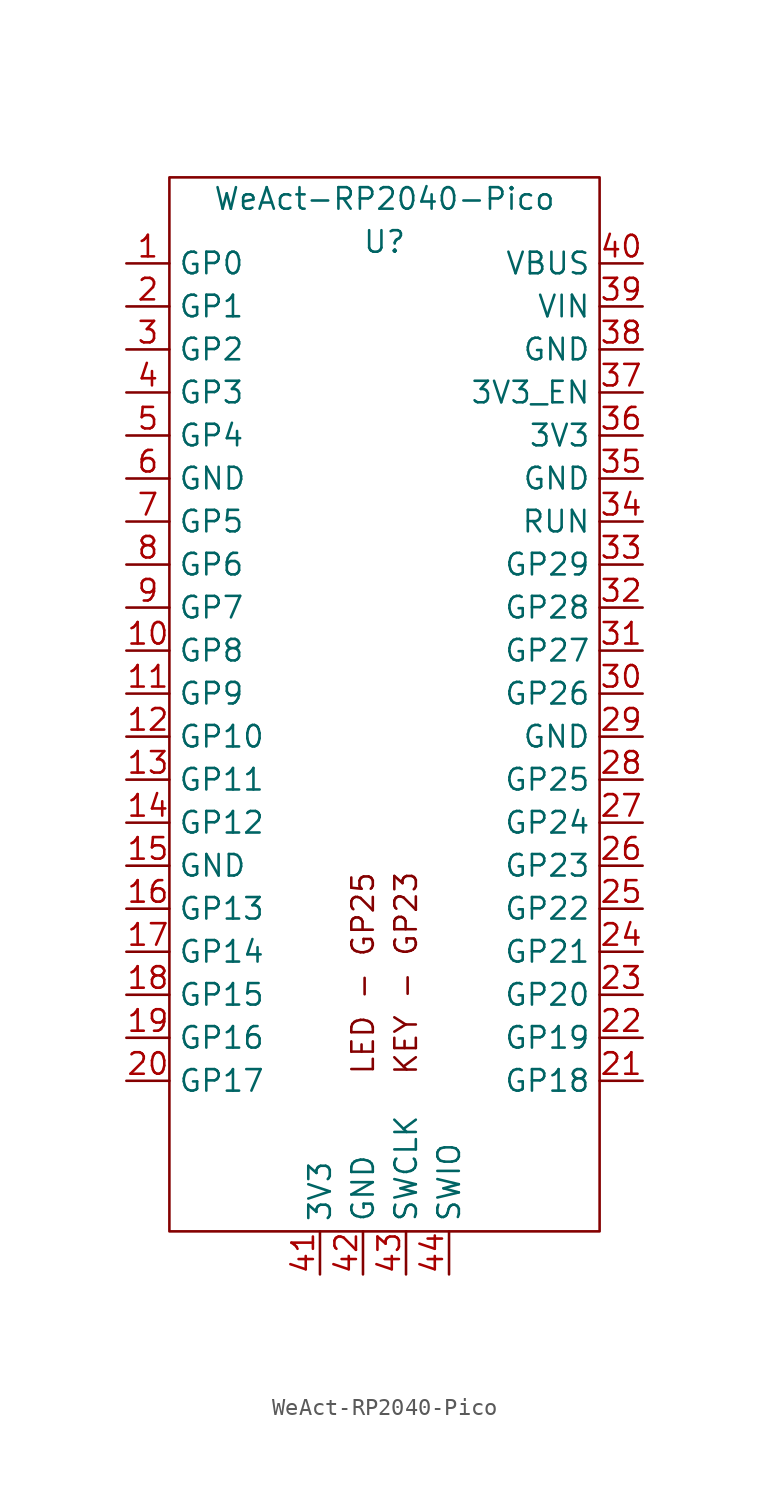
<source format=kicad_sym>
(kicad_symbol_lib
  (version 20231120)
  (generator "kicad_symbol_editor")
  (generator_version "8.0")
  (symbol "WeAct-RP2040-Pico"
    (property "Reference" "U"
      (at 0 16.51 0)
      (effects (font (size 1.27 1.27))))
    (property "Value" "WeAct-RP2040-Pico"
      (at 0 19.05 0)
      (effects (font (size 1.27 1.27))))
    (symbol "WeAct-RP2040-Pico_0_0"
      (text "KEY - GP23" (at 1.27 -26.67 900) (effects (font (size 1.27 1.27))))
      (text "LED - GP25" (at -1.27 -26.67 900) (effects (font (size 1.27 1.27)))))
    (symbol "WeAct-RP2040-Pico_0_1"
      (rectangle (start -12.7 20.32) (end 12.7 -41.91) (stroke (width 0) (type default)) (fill (type none))))
    (symbol "WeAct-RP2040-Pico_1_1"
      (pin bidirectional line (at -15.24 15.24 0) (length 2.54) (name "GP0" (effects (font (size 1.27 1.27)))) (number "1" (effects (font (size 1.27 1.27)))) (alternate "I2C0 SDA" bidirectional line) (alternate "SPI0 RX" bidirectional line) (alternate "UART0 TX" bidirectional line))
      (pin bidirectional line (at -15.24 -7.62 0) (length 2.54) (name "GP8" (effects (font (size 1.27 1.27)))) (number "10" (effects (font (size 1.27 1.27)))) (alternate "I2C1 SCL" bidirectional line) (alternate "SPI0 TX" bidirectional line))
      (pin bidirectional line (at -15.24 -10.16 0) (length 2.54) (name "GP9" (effects (font (size 1.27 1.27)))) (number "11" (effects (font (size 1.27 1.27)))) (alternate "I2C0 SDA" bidirectional line) (alternate "SPI1 RX" bidirectional line) (alternate "UART1 TX" bidirectional line))
      (pin bidirectional line (at -15.24 -12.7 0) (length 2.54) (name "GP10" (effects (font (size 1.27 1.27)))) (number "12" (effects (font (size 1.27 1.27)))) (alternate "I2C0 SCL" bidirectional line) (alternate "SPI1 CSn" bidirectional line) (alternate "UART1 RX" bidirectional line))
      (pin bidirectional line (at -15.24 -15.24 0) (length 2.54) (name "GP11" (effects (font (size 1.27 1.27)))) (number "13" (effects (font (size 1.27 1.27)))))
      (pin bidirectional line (at -15.24 -17.78 0) (length 2.54) (name "GP12" (effects (font (size 1.27 1.27)))) (number "14" (effects (font (size 1.27 1.27)))) (alternate "I2C1 SDA" bidirectional line) (alternate "SPI1 SCK" bidirectional line))
      (pin bidirectional line (at -15.24 -20.32 0) (length 2.54) (name "GND" (effects (font (size 1.27 1.27)))) (number "15" (effects (font (size 1.27 1.27)))) (alternate "I2C1 SCL" bidirectional line) (alternate "SPI1 TX" bidirectional line))
      (pin bidirectional line (at -15.24 -22.86 0) (length 2.54) (name "GP13" (effects (font (size 1.27 1.27)))) (number "16" (effects (font (size 1.27 1.27)))) (alternate "I2C0 SDA" bidirectional line) (alternate "SPI1 RX" bidirectional line) (alternate "UART0 TX" bidirectional line))
      (pin bidirectional line (at -15.24 -25.4 0) (length 2.54) (name "GP14" (effects (font (size 1.27 1.27)))) (number "17" (effects (font (size 1.27 1.27)))) (alternate "I2C0 SCL" bidirectional line) (alternate "SPI1 CSn" bidirectional line) (alternate "UART0 RX" bidirectional line))
      (pin bidirectional line (at -15.24 -27.94 0) (length 2.54) (name "GP15" (effects (font (size 1.27 1.27)))) (number "18" (effects (font (size 1.27 1.27)))))
      (pin bidirectional line (at -15.24 -30.48 0) (length 2.54) (name "GP16" (effects (font (size 1.27 1.27)))) (number "19" (effects (font (size 1.27 1.27)))) (alternate "I2C1 SDA" bidirectional line) (alternate "SPI1 SCK" bidirectional line))
      (pin bidirectional line (at -15.24 12.7 0) (length 2.54) (name "GP1" (effects (font (size 1.27 1.27)))) (number "2" (effects (font (size 1.27 1.27)))) (alternate "I2C0 SCL" bidirectional line) (alternate "SPI0 CSn" bidirectional line) (alternate "UART0 RX" bidirectional line))
      (pin bidirectional line (at -15.24 -33.02 0) (length 2.54) (name "GP17" (effects (font (size 1.27 1.27)))) (number "20" (effects (font (size 1.27 1.27)))) (alternate "I2C1 SCL" bidirectional line) (alternate "SPI1 TX" bidirectional line))
      (pin bidirectional line (at 15.24 -33.02 180) (length 2.54) (name "GP18" (effects (font (size 1.27 1.27)))) (number "21" (effects (font (size 1.27 1.27)))) (alternate "I2C0 SDA" bidirectional line) (alternate "SPI0 RX" bidirectional line) (alternate "UART0 TX" bidirectional line))
      (pin bidirectional line (at 15.24 -30.48 180) (length 2.54) (name "GP19" (effects (font (size 1.27 1.27)))) (number "22" (effects (font (size 1.27 1.27)))) (alternate "I2C0 SCL" bidirectional line) (alternate "SPI0 CSn" bidirectional line) (alternate "UART0 RX" bidirectional line))
      (pin bidirectional line (at 15.24 -27.94 180) (length 2.54) (name "GP20" (effects (font (size 1.27 1.27)))) (number "23" (effects (font (size 1.27 1.27)))))
      (pin bidirectional line (at 15.24 -25.4 180) (length 2.54) (name "GP21" (effects (font (size 1.27 1.27)))) (number "24" (effects (font (size 1.27 1.27)))) (alternate "I2C1 SDA" bidirectional line) (alternate "SPI0 SCK" bidirectional line))
      (pin bidirectional line (at 15.24 -22.86 180) (length 2.54) (name "GP22" (effects (font (size 1.27 1.27)))) (number "25" (effects (font (size 1.27 1.27)))) (alternate "I2C1 SCL" bidirectional line) (alternate "SPI0 TX" bidirectional line))
      (pin bidirectional line (at 15.24 -20.32 180) (length 2.54) (name "GP23" (effects (font (size 1.27 1.27)))) (number "26" (effects (font (size 1.27 1.27)))) (alternate "I2C0 SDA" bidirectional line))
      (pin bidirectional line (at 15.24 -17.78 180) (length 2.54) (name "GP24" (effects (font (size 1.27 1.27)))) (number "27" (effects (font (size 1.27 1.27)))) (alternate "I2C0 SCL" bidirectional line))
      (pin bidirectional line (at 15.24 -15.24 180) (length 2.54) (name "GP25" (effects (font (size 1.27 1.27)))) (number "28" (effects (font (size 1.27 1.27)))))
      (pin bidirectional line (at 15.24 -12.7 180) (length 2.54) (name "GND" (effects (font (size 1.27 1.27)))) (number "29" (effects (font (size 1.27 1.27)))))
      (pin bidirectional line (at -15.24 10.16 0) (length 2.54) (name "GP2" (effects (font (size 1.27 1.27)))) (number "3" (effects (font (size 1.27 1.27)))))
      (pin bidirectional line (at 15.24 -10.16 180) (length 2.54) (name "GP26" (effects (font (size 1.27 1.27)))) (number "30" (effects (font (size 1.27 1.27)))) (alternate "ADC0" bidirectional line) (alternate "I2C1 SDA" bidirectional line))
      (pin bidirectional line (at 15.24 -7.62 180) (length 2.54) (name "GP27" (effects (font (size 1.27 1.27)))) (number "31" (effects (font (size 1.27 1.27)))) (alternate "ADC1" bidirectional line) (alternate "I2C1 SCL" bidirectional line))
      (pin bidirectional line (at 15.24 -5.08 180) (length 2.54) (name "GP28" (effects (font (size 1.27 1.27)))) (number "32" (effects (font (size 1.27 1.27)))) (alternate "ADC2" bidirectional line))
      (pin bidirectional line (at 15.24 -2.54 180) (length 2.54) (name "GP29" (effects (font (size 1.27 1.27)))) (number "33" (effects (font (size 1.27 1.27)))))
      (pin bidirectional line (at 15.24 0 180) (length 2.54) (name "RUN" (effects (font (size 1.27 1.27)))) (number "34" (effects (font (size 1.27 1.27)))))
      (pin bidirectional line (at 15.24 2.54 180) (length 2.54) (name "GND" (effects (font (size 1.27 1.27)))) (number "35" (effects (font (size 1.27 1.27)))))
      (pin bidirectional line (at 15.24 5.08 180) (length 2.54) (name "3V3" (effects (font (size 1.27 1.27)))) (number "36" (effects (font (size 1.27 1.27)))))
      (pin bidirectional line (at 15.24 7.62 180) (length 2.54) (name "3V3_EN" (effects (font (size 1.27 1.27)))) (number "37" (effects (font (size 1.27 1.27)))))
      (pin bidirectional line (at 15.24 10.16 180) (length 2.54) (name "GND" (effects (font (size 1.27 1.27)))) (number "38" (effects (font (size 1.27 1.27)))))
      (pin bidirectional line (at 15.24 12.7 180) (length 2.54) (name "VIN" (effects (font (size 1.27 1.27)))) (number "39" (effects (font (size 1.27 1.27)))))
      (pin bidirectional line (at -15.24 7.62 0) (length 2.54) (name "GP3" (effects (font (size 1.27 1.27)))) (number "4" (effects (font (size 1.27 1.27)))) (alternate "I2C1 SDA" bidirectional line) (alternate "SPI0 SCK" bidirectional line))
      (pin bidirectional line (at 15.24 15.24 180) (length 2.54) (name "VBUS" (effects (font (size 1.27 1.27)))) (number "40" (effects (font (size 1.27 1.27)))))
      (pin bidirectional line (at -3.81 -44.45 90) (length 2.54) (name "3V3" (effects (font (size 1.27 1.27)))) (number "41" (effects (font (size 1.27 1.27)))))
      (pin bidirectional line (at -1.27 -44.45 90) (length 2.54) (name "GND" (effects (font (size 1.27 1.27)))) (number "42" (effects (font (size 1.27 1.27)))))
      (pin bidirectional line (at 1.27 -44.45 90) (length 2.54) (name "SWCLK" (effects (font (size 1.27 1.27)))) (number "43" (effects (font (size 1.27 1.27)))))
      (pin bidirectional line (at 3.81 -44.45 90) (length 2.54) (name "SWIO" (effects (font (size 1.27 1.27)))) (number "44" (effects (font (size 1.27 1.27)))))
      (pin bidirectional line (at -15.24 5.08 0) (length 2.54) (name "GP4" (effects (font (size 1.27 1.27)))) (number "5" (effects (font (size 1.27 1.27)))) (alternate "I2C1 SCL" bidirectional line) (alternate "SPI0 TX" bidirectional line))
      (pin bidirectional line (at -15.24 2.54 0) (length 2.54) (name "GND" (effects (font (size 1.27 1.27)))) (number "6" (effects (font (size 1.27 1.27)))) (alternate "I2C0 SDA" bidirectional line) (alternate "SPI0 RX" bidirectional line) (alternate "UART1 TX" bidirectional line))
      (pin bidirectional line (at -15.24 0 0) (length 2.54) (name "GP5" (effects (font (size 1.27 1.27)))) (number "7" (effects (font (size 1.27 1.27)))) (alternate "I2C0 SCL" bidirectional line) (alternate "SPI0 CSn" bidirectional line) (alternate "UART1 RX" bidirectional line))
      (pin bidirectional line (at -15.24 -2.54 0) (length 2.54) (name "GP6" (effects (font (size 1.27 1.27)))) (number "8" (effects (font (size 1.27 1.27)))))
      (pin bidirectional line (at -15.24 -5.08 0) (length 2.54) (name "GP7" (effects (font (size 1.27 1.27)))) (number "9" (effects (font (size 1.27 1.27)))) (alternate "I2C1 SDA" bidirectional line) (alternate "SPI0 SCK" bidirectional line)))))
</source>
